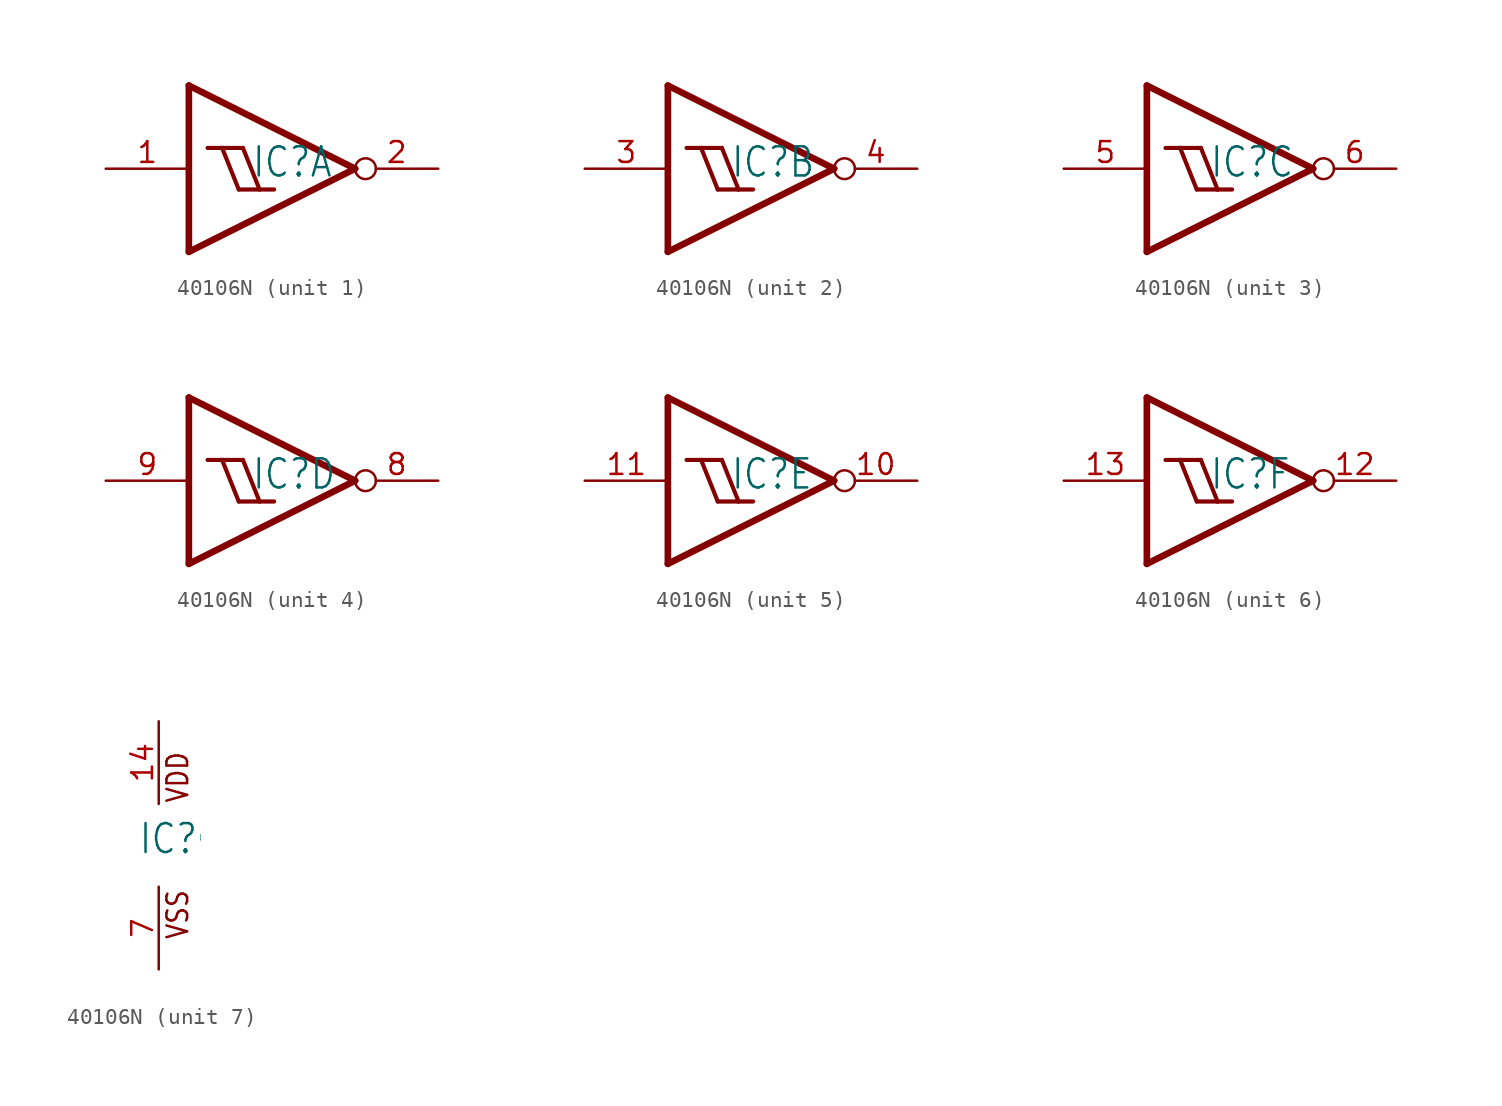
<source format=kicad_sym>
(kicad_symbol_lib
  (version 20231120)
  (generator "kicad_symbol_editor")
  (generator_version "8.0")
  (symbol "40106N"
    (property "Reference" "IC"
      (at -1.27 -0.635 0)
      (effects (font (size 1.778 1.511)) (justify left bottom)))
    (property "ki_locked" ""
      (at 0 0 0)
      (effects (font (size 1.27 1.27))))
    (symbol "40106N_1_0"
      (polyline (pts (xy -5.08 -5.08) (xy -5.08 5.08)) (stroke (width 0.406) (type solid)) (fill (type none)))
      (polyline (pts (xy -5.08 5.08) (xy 5.08 0)) (stroke (width 0.406) (type solid)) (fill (type none)))
      (polyline (pts (xy -3.937 1.27) (xy -3.048 1.27)) (stroke (width 0.254) (type solid)) (fill (type none)))
      (polyline (pts (xy -3.048 1.27) (xy -1.778 1.27)) (stroke (width 0.254) (type solid)) (fill (type none)))
      (polyline (pts (xy -2.032 -1.27) (xy -3.048 1.27)) (stroke (width 0.254) (type solid)) (fill (type none)))
      (polyline (pts (xy -2.032 -1.27) (xy -0.762 -1.27)) (stroke (width 0.254) (type solid)) (fill (type none)))
      (polyline (pts (xy -0.762 -1.27) (xy -1.778 1.27)) (stroke (width 0.254) (type solid)) (fill (type none)))
      (polyline (pts (xy -0.762 -1.27) (xy 0.127 -1.27)) (stroke (width 0.254) (type solid)) (fill (type none)))
      (polyline (pts (xy 5.08 0) (xy -5.08 -5.08)) (stroke (width 0.406) (type solid)) (fill (type none)))
      (pin input line (at -10.16 0 0) (length 5.08) (name "I" (effects (font (size 0 0)))) (number "1" (effects (font (size 1.27 1.27)))))
      (pin output inverted (at 10.16 0 180) (length 5.08) (name "O" (effects (font (size 0 0)))) (number "2" (effects (font (size 1.27 1.27))))))
    (symbol "40106N_2_0"
      (polyline (pts (xy -5.08 -5.08) (xy -5.08 5.08)) (stroke (width 0.406) (type solid)) (fill (type none)))
      (polyline (pts (xy -5.08 5.08) (xy 5.08 0)) (stroke (width 0.406) (type solid)) (fill (type none)))
      (polyline (pts (xy -3.937 1.27) (xy -3.048 1.27)) (stroke (width 0.254) (type solid)) (fill (type none)))
      (polyline (pts (xy -3.048 1.27) (xy -1.778 1.27)) (stroke (width 0.254) (type solid)) (fill (type none)))
      (polyline (pts (xy -2.032 -1.27) (xy -3.048 1.27)) (stroke (width 0.254) (type solid)) (fill (type none)))
      (polyline (pts (xy -2.032 -1.27) (xy -0.762 -1.27)) (stroke (width 0.254) (type solid)) (fill (type none)))
      (polyline (pts (xy -0.762 -1.27) (xy -1.778 1.27)) (stroke (width 0.254) (type solid)) (fill (type none)))
      (polyline (pts (xy -0.762 -1.27) (xy 0.127 -1.27)) (stroke (width 0.254) (type solid)) (fill (type none)))
      (polyline (pts (xy 5.08 0) (xy -5.08 -5.08)) (stroke (width 0.406) (type solid)) (fill (type none)))
      (pin input line (at -10.16 0 0) (length 5.08) (name "I" (effects (font (size 0 0)))) (number "3" (effects (font (size 1.27 1.27)))))
      (pin output inverted (at 10.16 0 180) (length 5.08) (name "O" (effects (font (size 0 0)))) (number "4" (effects (font (size 1.27 1.27))))))
    (symbol "40106N_3_0"
      (polyline (pts (xy -5.08 -5.08) (xy -5.08 5.08)) (stroke (width 0.406) (type solid)) (fill (type none)))
      (polyline (pts (xy -5.08 5.08) (xy 5.08 0)) (stroke (width 0.406) (type solid)) (fill (type none)))
      (polyline (pts (xy -3.937 1.27) (xy -3.048 1.27)) (stroke (width 0.254) (type solid)) (fill (type none)))
      (polyline (pts (xy -3.048 1.27) (xy -1.778 1.27)) (stroke (width 0.254) (type solid)) (fill (type none)))
      (polyline (pts (xy -2.032 -1.27) (xy -3.048 1.27)) (stroke (width 0.254) (type solid)) (fill (type none)))
      (polyline (pts (xy -2.032 -1.27) (xy -0.762 -1.27)) (stroke (width 0.254) (type solid)) (fill (type none)))
      (polyline (pts (xy -0.762 -1.27) (xy -1.778 1.27)) (stroke (width 0.254) (type solid)) (fill (type none)))
      (polyline (pts (xy -0.762 -1.27) (xy 0.127 -1.27)) (stroke (width 0.254) (type solid)) (fill (type none)))
      (polyline (pts (xy 5.08 0) (xy -5.08 -5.08)) (stroke (width 0.406) (type solid)) (fill (type none)))
      (pin input line (at -10.16 0 0) (length 5.08) (name "I" (effects (font (size 0 0)))) (number "5" (effects (font (size 1.27 1.27)))))
      (pin output inverted (at 10.16 0 180) (length 5.08) (name "O" (effects (font (size 0 0)))) (number "6" (effects (font (size 1.27 1.27))))))
    (symbol "40106N_4_0"
      (polyline (pts (xy -5.08 -5.08) (xy -5.08 5.08)) (stroke (width 0.406) (type solid)) (fill (type none)))
      (polyline (pts (xy -5.08 5.08) (xy 5.08 0)) (stroke (width 0.406) (type solid)) (fill (type none)))
      (polyline (pts (xy -3.937 1.27) (xy -3.048 1.27)) (stroke (width 0.254) (type solid)) (fill (type none)))
      (polyline (pts (xy -3.048 1.27) (xy -1.778 1.27)) (stroke (width 0.254) (type solid)) (fill (type none)))
      (polyline (pts (xy -2.032 -1.27) (xy -3.048 1.27)) (stroke (width 0.254) (type solid)) (fill (type none)))
      (polyline (pts (xy -2.032 -1.27) (xy -0.762 -1.27)) (stroke (width 0.254) (type solid)) (fill (type none)))
      (polyline (pts (xy -0.762 -1.27) (xy -1.778 1.27)) (stroke (width 0.254) (type solid)) (fill (type none)))
      (polyline (pts (xy -0.762 -1.27) (xy 0.127 -1.27)) (stroke (width 0.254) (type solid)) (fill (type none)))
      (polyline (pts (xy 5.08 0) (xy -5.08 -5.08)) (stroke (width 0.406) (type solid)) (fill (type none)))
      (pin output inverted (at 10.16 0 180) (length 5.08) (name "O" (effects (font (size 0 0)))) (number "8" (effects (font (size 1.27 1.27)))))
      (pin input line (at -10.16 0 0) (length 5.08) (name "I" (effects (font (size 0 0)))) (number "9" (effects (font (size 1.27 1.27))))))
    (symbol "40106N_5_0"
      (polyline (pts (xy -5.08 -5.08) (xy -5.08 5.08)) (stroke (width 0.406) (type solid)) (fill (type none)))
      (polyline (pts (xy -5.08 5.08) (xy 5.08 0)) (stroke (width 0.406) (type solid)) (fill (type none)))
      (polyline (pts (xy -3.937 1.27) (xy -3.048 1.27)) (stroke (width 0.254) (type solid)) (fill (type none)))
      (polyline (pts (xy -3.048 1.27) (xy -1.778 1.27)) (stroke (width 0.254) (type solid)) (fill (type none)))
      (polyline (pts (xy -2.032 -1.27) (xy -3.048 1.27)) (stroke (width 0.254) (type solid)) (fill (type none)))
      (polyline (pts (xy -2.032 -1.27) (xy -0.762 -1.27)) (stroke (width 0.254) (type solid)) (fill (type none)))
      (polyline (pts (xy -0.762 -1.27) (xy -1.778 1.27)) (stroke (width 0.254) (type solid)) (fill (type none)))
      (polyline (pts (xy -0.762 -1.27) (xy 0.127 -1.27)) (stroke (width 0.254) (type solid)) (fill (type none)))
      (polyline (pts (xy 5.08 0) (xy -5.08 -5.08)) (stroke (width 0.406) (type solid)) (fill (type none)))
      (pin output inverted (at 10.16 0 180) (length 5.08) (name "O" (effects (font (size 0 0)))) (number "10" (effects (font (size 1.27 1.27)))))
      (pin input line (at -10.16 0 0) (length 5.08) (name "I" (effects (font (size 0 0)))) (number "11" (effects (font (size 1.27 1.27))))))
    (symbol "40106N_6_0"
      (polyline (pts (xy -5.08 -5.08) (xy -5.08 5.08)) (stroke (width 0.406) (type solid)) (fill (type none)))
      (polyline (pts (xy -5.08 5.08) (xy 5.08 0)) (stroke (width 0.406) (type solid)) (fill (type none)))
      (polyline (pts (xy -3.937 1.27) (xy -3.048 1.27)) (stroke (width 0.254) (type solid)) (fill (type none)))
      (polyline (pts (xy -3.048 1.27) (xy -1.778 1.27)) (stroke (width 0.254) (type solid)) (fill (type none)))
      (polyline (pts (xy -2.032 -1.27) (xy -3.048 1.27)) (stroke (width 0.254) (type solid)) (fill (type none)))
      (polyline (pts (xy -2.032 -1.27) (xy -0.762 -1.27)) (stroke (width 0.254) (type solid)) (fill (type none)))
      (polyline (pts (xy -0.762 -1.27) (xy -1.778 1.27)) (stroke (width 0.254) (type solid)) (fill (type none)))
      (polyline (pts (xy -0.762 -1.27) (xy 0.127 -1.27)) (stroke (width 0.254) (type solid)) (fill (type none)))
      (polyline (pts (xy 5.08 0) (xy -5.08 -5.08)) (stroke (width 0.406) (type solid)) (fill (type none)))
      (pin output inverted (at 10.16 0 180) (length 5.08) (name "O" (effects (font (size 0 0)))) (number "12" (effects (font (size 1.27 1.27)))))
      (pin input line (at -10.16 0 0) (length 5.08) (name "I" (effects (font (size 0 0)))) (number "13" (effects (font (size 1.27 1.27))))))
    (symbol "40106N_7_0"
      (text "VDD" (at 1.905 2.54 900) (effects (font (size 1.27 1.079)) (justify left bottom)))
      (text "VSS" (at 1.905 -5.842 900) (effects (font (size 1.27 1.079)) (justify left bottom)))
      (pin power_in line (at 0 7.62 270) (length 5.08) (name "VDD" (effects (font (size 0 0)))) (number "14" (effects (font (size 1.27 1.27)))))
      (pin power_in line (at 0 -7.62 90) (length 5.08) (name "VSS" (effects (font (size 0 0)))) (number "7" (effects (font (size 1.27 1.27))))))))
</source>
